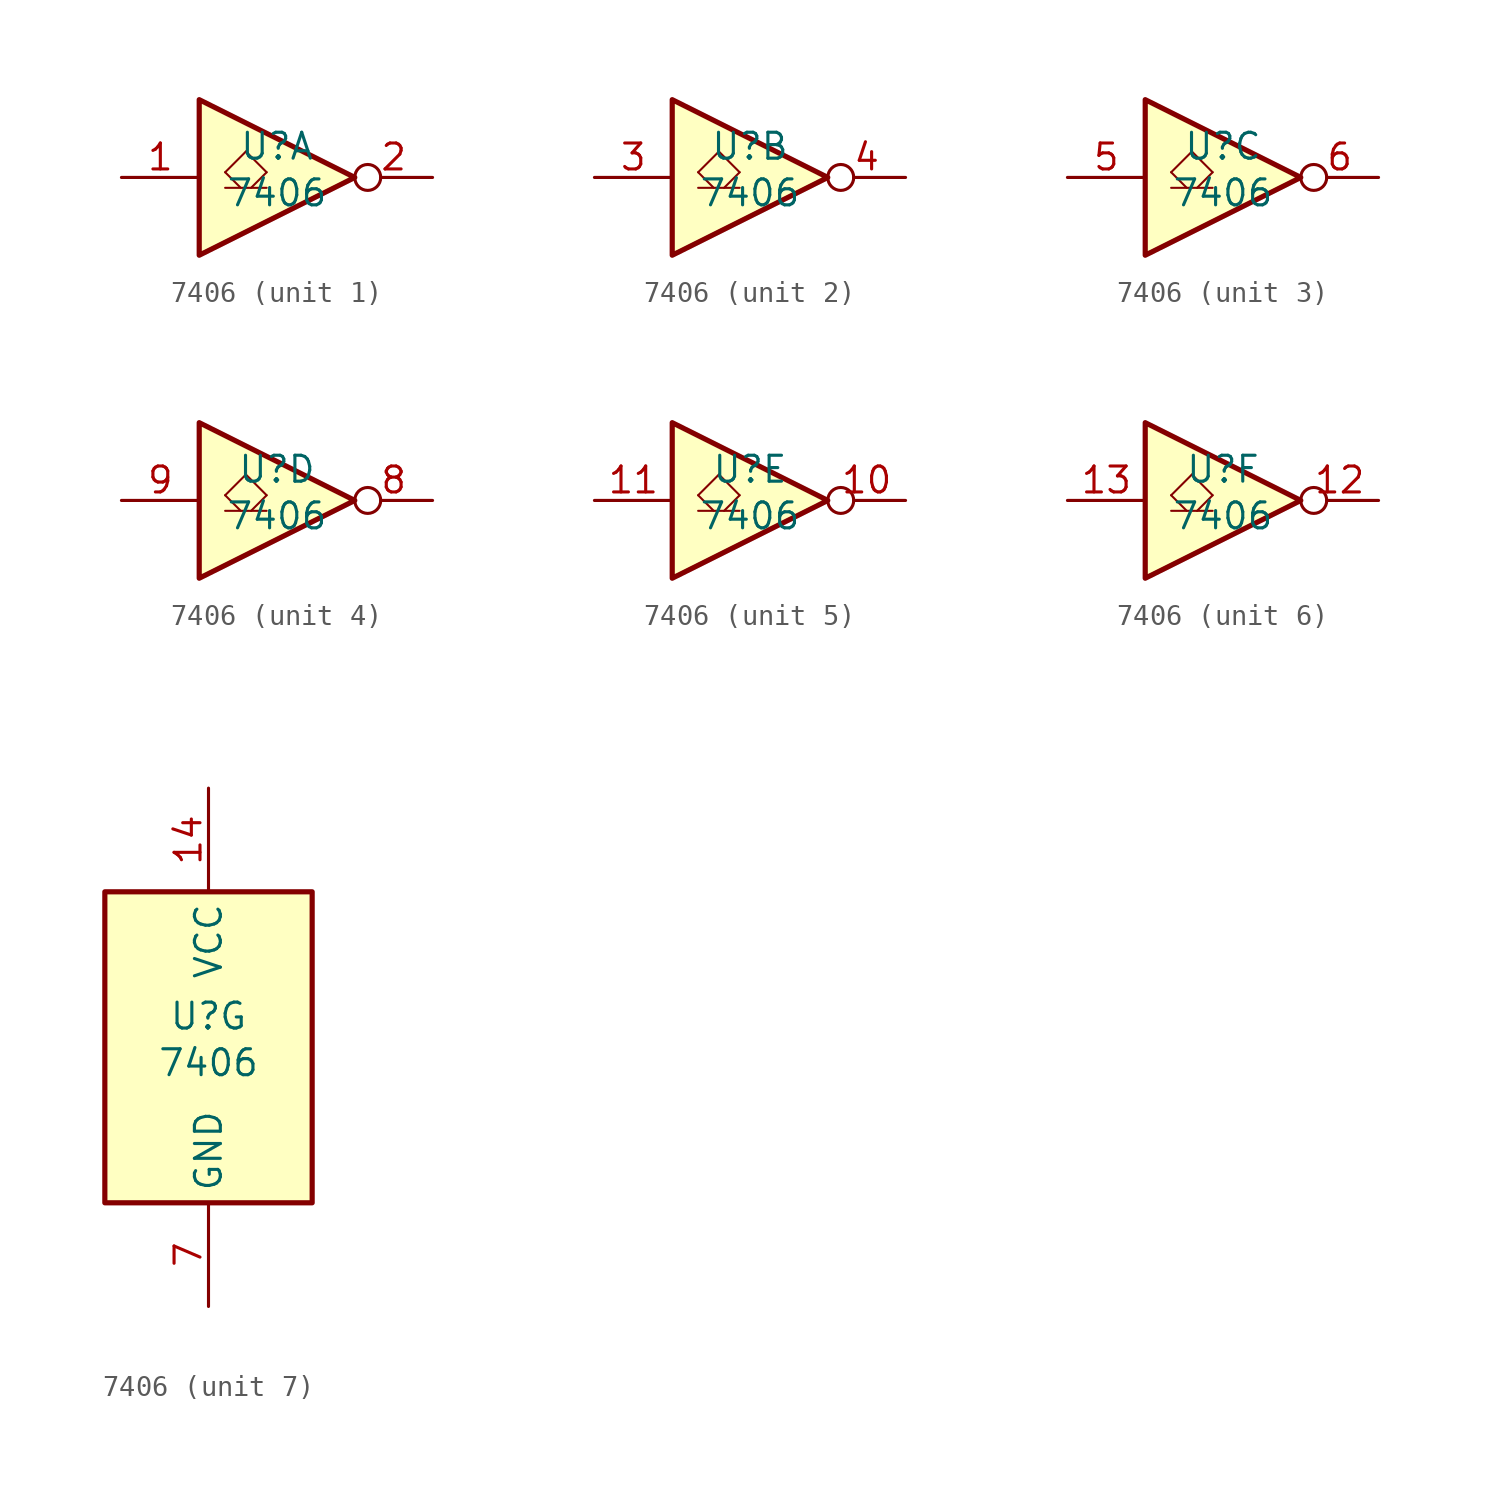
<source format=kicad_sym>
(kicad_symbol_lib
  (version 20220914)
  (generator kicad_symbol_editor)
  (symbol "7406"
    (property "Reference" "U"
      (at 0 1.524 0)
      (effects (font (size 1.27 1.27))))
    (property "Value" "7406"
      (at 0 -0.762 0)
      (effects (font (size 1.27 1.27))))
    (property "ki_locked" ""
      (at 0 0 0)
      (effects (font (size 1.27 1.27))))
    (symbol "7406_1_0"
      (polyline (pts (xy -3.81 3.81) (xy -3.81 -3.81) (xy 3.81 0) (xy -3.81 3.81)) (stroke (width 0.254) (type solid)) (fill (type background)))
      (pin input line (at -7.62 0 0) (length 3.81) (name "~" (effects (font (size 1.27 1.27)))) (number "1" (effects (font (size 1.27 1.27)))))
      (pin open_collector inverted (at 7.62 0 180) (length 3.81) (name "~" (effects (font (size 1.27 1.27)))) (number "2" (effects (font (size 1.27 1.27))))))
    (symbol "7406_1_1"
      (polyline (pts (xy -2.54 -0.508) (xy -0.508 -0.508)) (stroke (width 0.102) (type solid)) (fill (type none)))
      (polyline (pts (xy -2.54 0.254) (xy -1.524 1.27)) (stroke (width 0.102) (type solid)) (fill (type none)))
      (polyline (pts (xy -1.778 -0.508) (xy -2.54 0.254)) (stroke (width 0.102) (type solid)) (fill (type none)))
      (polyline (pts (xy -1.524 1.27) (xy -0.508 0.254)) (stroke (width 0.102) (type solid)) (fill (type none)))
      (polyline (pts (xy -1.27 -0.508) (xy -0.508 0.254)) (stroke (width 0.102) (type solid)) (fill (type none))))
    (symbol "7406_2_0"
      (polyline (pts (xy -3.81 3.81) (xy -3.81 -3.81) (xy 3.81 0) (xy -3.81 3.81)) (stroke (width 0.254) (type solid)) (fill (type background)))
      (pin input line (at -7.62 0 0) (length 3.81) (name "~" (effects (font (size 1.27 1.27)))) (number "3" (effects (font (size 1.27 1.27)))))
      (pin open_collector inverted (at 7.62 0 180) (length 3.81) (name "~" (effects (font (size 1.27 1.27)))) (number "4" (effects (font (size 1.27 1.27))))))
    (symbol "7406_2_1"
      (polyline (pts (xy -2.54 -0.508) (xy -0.508 -0.508)) (stroke (width 0.102) (type solid)) (fill (type none)))
      (polyline (pts (xy -2.54 0.254) (xy -1.524 1.27)) (stroke (width 0.102) (type solid)) (fill (type none)))
      (polyline (pts (xy -1.778 -0.508) (xy -2.54 0.254)) (stroke (width 0.102) (type solid)) (fill (type none)))
      (polyline (pts (xy -1.524 1.27) (xy -0.508 0.254)) (stroke (width 0.102) (type solid)) (fill (type none)))
      (polyline (pts (xy -1.27 -0.508) (xy -0.508 0.254)) (stroke (width 0.102) (type solid)) (fill (type none))))
    (symbol "7406_3_0"
      (polyline (pts (xy -3.81 3.81) (xy -3.81 -3.81) (xy 3.81 0) (xy -3.81 3.81)) (stroke (width 0.254) (type solid)) (fill (type background)))
      (pin input line (at -7.62 0 0) (length 3.81) (name "~" (effects (font (size 1.27 1.27)))) (number "5" (effects (font (size 1.27 1.27)))))
      (pin open_collector inverted (at 7.62 0 180) (length 3.81) (name "~" (effects (font (size 1.27 1.27)))) (number "6" (effects (font (size 1.27 1.27))))))
    (symbol "7406_3_1"
      (polyline (pts (xy -2.54 -0.508) (xy -0.508 -0.508)) (stroke (width 0.102) (type solid)) (fill (type none)))
      (polyline (pts (xy -2.54 0.254) (xy -1.524 1.27)) (stroke (width 0.102) (type solid)) (fill (type none)))
      (polyline (pts (xy -1.778 -0.508) (xy -2.54 0.254)) (stroke (width 0.102) (type solid)) (fill (type none)))
      (polyline (pts (xy -1.524 1.27) (xy -0.508 0.254)) (stroke (width 0.102) (type solid)) (fill (type none)))
      (polyline (pts (xy -1.27 -0.508) (xy -0.508 0.254)) (stroke (width 0.102) (type solid)) (fill (type none))))
    (symbol "7406_4_0"
      (polyline (pts (xy -3.81 3.81) (xy -3.81 -3.81) (xy 3.81 0) (xy -3.81 3.81)) (stroke (width 0.254) (type solid)) (fill (type background)))
      (pin open_collector inverted (at 7.62 0 180) (length 3.81) (name "~" (effects (font (size 1.27 1.27)))) (number "8" (effects (font (size 1.27 1.27)))))
      (pin input line (at -7.62 0 0) (length 3.81) (name "~" (effects (font (size 1.27 1.27)))) (number "9" (effects (font (size 1.27 1.27))))))
    (symbol "7406_4_1"
      (polyline (pts (xy -2.54 -0.508) (xy -0.508 -0.508)) (stroke (width 0.102) (type solid)) (fill (type none)))
      (polyline (pts (xy -2.54 0.254) (xy -1.524 1.27)) (stroke (width 0.102) (type solid)) (fill (type none)))
      (polyline (pts (xy -1.778 -0.508) (xy -2.54 0.254)) (stroke (width 0.102) (type solid)) (fill (type none)))
      (polyline (pts (xy -1.524 1.27) (xy -0.508 0.254)) (stroke (width 0.102) (type solid)) (fill (type none)))
      (polyline (pts (xy -1.27 -0.508) (xy -0.508 0.254)) (stroke (width 0.102) (type solid)) (fill (type none))))
    (symbol "7406_5_0"
      (polyline (pts (xy -3.81 3.81) (xy -3.81 -3.81) (xy 3.81 0) (xy -3.81 3.81)) (stroke (width 0.254) (type solid)) (fill (type background)))
      (pin open_collector inverted (at 7.62 0 180) (length 3.81) (name "~" (effects (font (size 1.27 1.27)))) (number "10" (effects (font (size 1.27 1.27)))))
      (pin input line (at -7.62 0 0) (length 3.81) (name "~" (effects (font (size 1.27 1.27)))) (number "11" (effects (font (size 1.27 1.27))))))
    (symbol "7406_5_1"
      (polyline (pts (xy -2.54 -0.508) (xy -0.508 -0.508)) (stroke (width 0.102) (type solid)) (fill (type none)))
      (polyline (pts (xy -2.54 0.254) (xy -1.524 1.27)) (stroke (width 0.102) (type solid)) (fill (type none)))
      (polyline (pts (xy -1.778 -0.508) (xy -2.54 0.254)) (stroke (width 0.102) (type solid)) (fill (type none)))
      (polyline (pts (xy -1.524 1.27) (xy -0.508 0.254)) (stroke (width 0.102) (type solid)) (fill (type none)))
      (polyline (pts (xy -1.27 -0.508) (xy -0.508 0.254)) (stroke (width 0.102) (type solid)) (fill (type none))))
    (symbol "7406_6_0"
      (polyline (pts (xy -3.81 3.81) (xy -3.81 -3.81) (xy 3.81 0) (xy -3.81 3.81)) (stroke (width 0.254) (type solid)) (fill (type background)))
      (pin open_collector inverted (at 7.62 0 180) (length 3.81) (name "~" (effects (font (size 1.27 1.27)))) (number "12" (effects (font (size 1.27 1.27)))))
      (pin input line (at -7.62 0 0) (length 3.81) (name "~" (effects (font (size 1.27 1.27)))) (number "13" (effects (font (size 1.27 1.27))))))
    (symbol "7406_6_1"
      (polyline (pts (xy -2.54 -0.508) (xy -0.508 -0.508)) (stroke (width 0.102) (type solid)) (fill (type none)))
      (polyline (pts (xy -2.54 0.254) (xy -1.524 1.27)) (stroke (width 0.102) (type solid)) (fill (type none)))
      (polyline (pts (xy -1.778 -0.508) (xy -2.54 0.254)) (stroke (width 0.102) (type solid)) (fill (type none)))
      (polyline (pts (xy -1.524 1.27) (xy -0.508 0.254)) (stroke (width 0.102) (type solid)) (fill (type none)))
      (polyline (pts (xy -1.27 -0.508) (xy -0.508 0.254)) (stroke (width 0.102) (type solid)) (fill (type none))))
    (symbol "7406_7_0"
      (pin power_in line (at 0 12.7 270) (length 5.08) (name "VCC" (effects (font (size 1.27 1.27)))) (number "14" (effects (font (size 1.27 1.27)))))
      (pin power_in line (at 0 -12.7 90) (length 5.08) (name "GND" (effects (font (size 1.27 1.27)))) (number "7" (effects (font (size 1.27 1.27))))))
    (symbol "7406_7_1"
      (rectangle (start -5.08 7.62) (end 5.08 -7.62) (stroke (width 0.254) (type solid)) (fill (type background))))))
</source>
